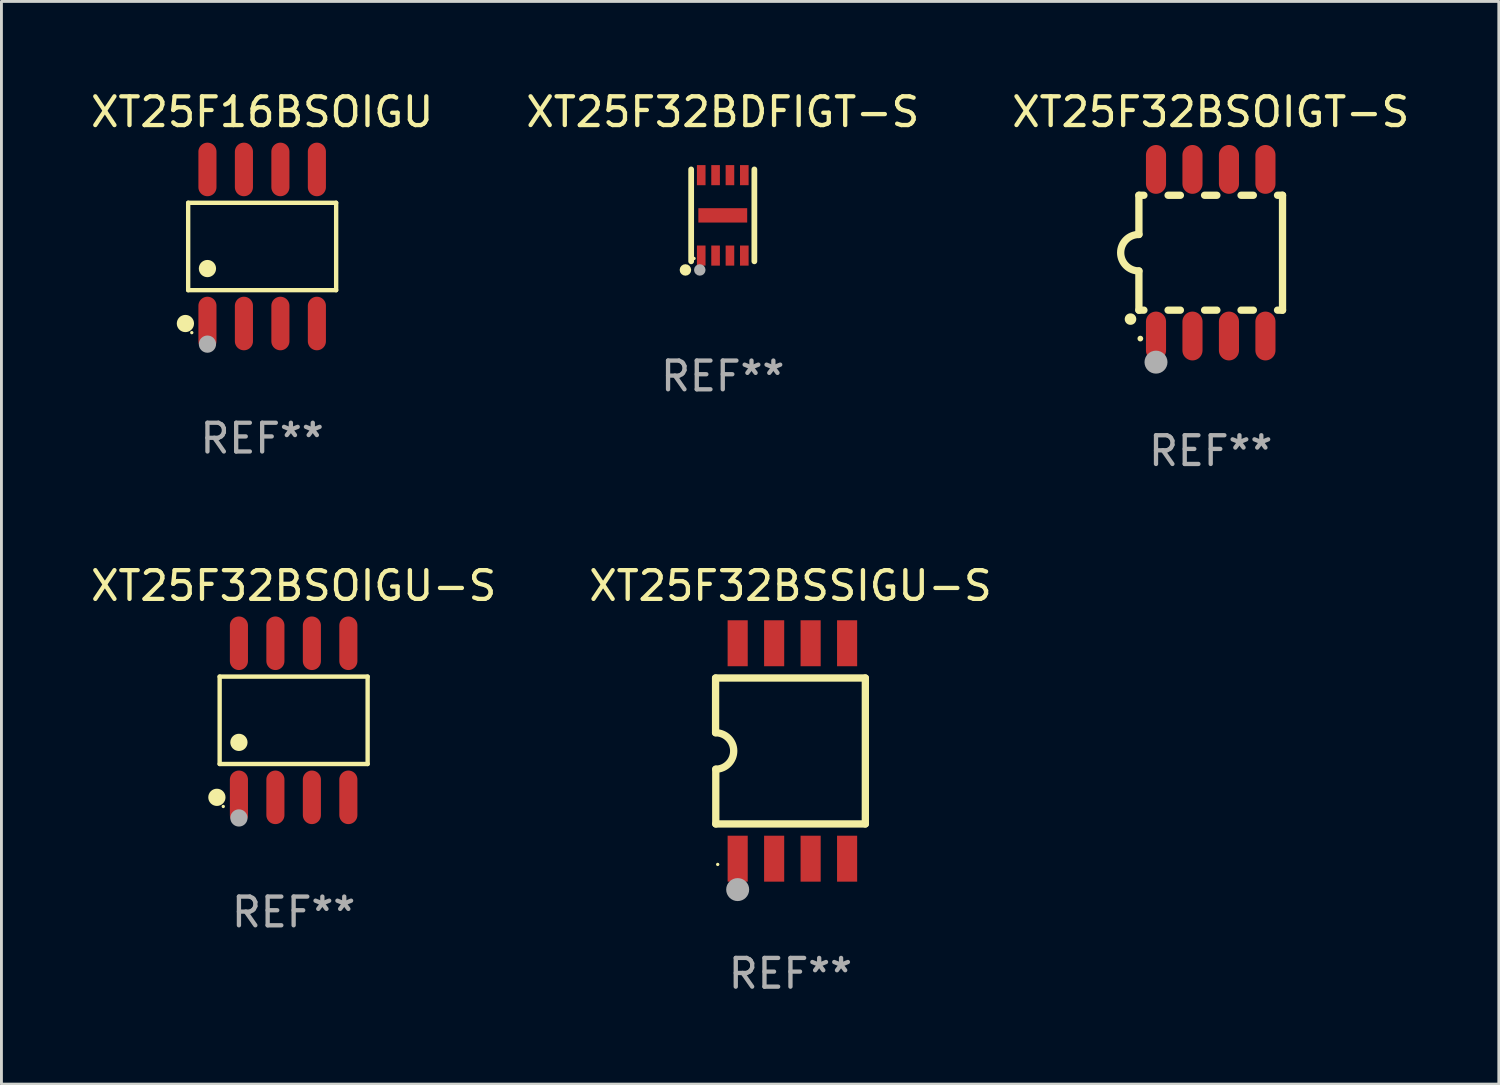
<source format=kicad_pcb>
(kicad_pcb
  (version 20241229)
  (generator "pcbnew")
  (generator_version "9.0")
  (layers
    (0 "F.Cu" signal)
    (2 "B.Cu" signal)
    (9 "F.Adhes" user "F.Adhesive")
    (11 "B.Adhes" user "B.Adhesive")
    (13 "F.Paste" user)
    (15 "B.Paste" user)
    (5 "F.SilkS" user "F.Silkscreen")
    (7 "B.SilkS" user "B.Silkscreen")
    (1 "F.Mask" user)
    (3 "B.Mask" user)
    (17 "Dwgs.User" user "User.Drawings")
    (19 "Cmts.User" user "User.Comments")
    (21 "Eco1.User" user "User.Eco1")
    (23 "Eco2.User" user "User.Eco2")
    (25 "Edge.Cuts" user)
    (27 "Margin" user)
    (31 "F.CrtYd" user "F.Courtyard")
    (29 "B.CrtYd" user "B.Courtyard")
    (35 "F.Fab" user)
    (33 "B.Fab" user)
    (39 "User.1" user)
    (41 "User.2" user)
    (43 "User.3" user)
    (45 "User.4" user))
  (footprint "XT25F32BSOIGU-S"
    (layer "F.Cu")
    (at 7.173 22.027)
    (property "Reference" "XT25F32BSOIGU-S" (at 0 -4.682 0) (layer "F.SilkS") (effects (font (size 1 1) (thickness 0.15))))
    (attr through_hole)
    (fp_line (start -2.576 -1.521) (end 2.576 -1.521) (stroke (width 0.152) (type solid)) (layer "F.SilkS"))
    (fp_line (start -2.576 1.521) (end -2.576 -1.521) (stroke (width 0.152) (type solid)) (layer "F.SilkS"))
    (fp_line (start 2.576 -1.521) (end 2.576 1.521) (stroke (width 0.152) (type solid)) (layer "F.SilkS"))
    (fp_line (start 2.576 1.521) (end -2.576 1.521) (stroke (width 0.152) (type solid)) (layer "F.SilkS"))
    (fp_circle (center -2.672 2.682) (end -2.522 2.682) (stroke (width 0.3) (type solid)) (fill no) (layer "F.SilkS"))
    (fp_circle (center -2.45 3) (end -2.42 3) (stroke (width 0.06) (type solid)) (fill no) (layer "F.SilkS"))
    (fp_circle (center -1.905 0.769) (end -1.755 0.769) (stroke (width 0.3) (type solid)) (fill no) (layer "F.SilkS"))
    (fp_circle (center -1.905 3.4) (end -1.755 3.4) (stroke (width 0.3) (type solid)) (fill no) (layer "F.Fab"))
    (fp_text user "REF**" (at 0 6.682 0) (layer "F.Fab") (effects (font (size 1 1) (thickness 0.15))))
    (pad "1" smd oval (at -1.905 2.682) (size 0.63 1.865) (layers "F.Cu" "F.Mask" "F.Paste"))
    (pad "2" smd oval (at -0.635 2.682) (size 0.63 1.865) (layers "F.Cu" "F.Mask" "F.Paste"))
    (pad "3" smd oval (at 0.635 2.682) (size 0.63 1.865) (layers "F.Cu" "F.Mask" "F.Paste"))
    (pad "4" smd oval (at 1.905 2.682) (size 0.63 1.865) (layers "F.Cu" "F.Mask" "F.Paste"))
    (pad "5" smd oval (at 1.905 -2.682) (size 0.63 1.865) (layers "F.Cu" "F.Mask" "F.Paste"))
    (pad "6" smd oval (at 0.635 -2.682) (size 0.63 1.865) (layers "F.Cu" "F.Mask" "F.Paste"))
    (pad "7" smd oval (at -0.635 -2.682) (size 0.63 1.865) (layers "F.Cu" "F.Mask" "F.Paste"))
    (pad "8" smd oval (at -1.905 -2.682) (size 0.63 1.865) (layers "F.Cu" "F.Mask" "F.Paste")))
  (footprint "XT25F32BSSIGU-S"
    (layer "F.Cu")
    (at 24.47 23.095)
    (property "Reference" "XT25F32BSSIGU-S" (at 0 -5.75 0) (layer "F.SilkS") (effects (font (size 1 1) (thickness 0.15))))
    (attr through_hole)
    (fp_line (start -2.607 -2.54) (end 2.607 -2.54) (stroke (width 0.254) (type solid)) (layer "F.SilkS"))
    (fp_line (start -2.607 -0.635) (end -2.607 -2.54) (stroke (width 0.254) (type solid)) (layer "F.SilkS"))
    (fp_line (start -2.6 2.54) (end -2.6 0.635) (stroke (width 0.254) (type solid)) (layer "F.SilkS"))
    (fp_line (start 2.607 -2.54) (end 2.607 2.54) (stroke (width 0.254) (type solid)) (layer "F.SilkS"))
    (fp_line (start 2.607 2.54) (end -2.6 2.54) (stroke (width 0.254) (type solid)) (layer "F.SilkS"))
    (fp_arc (start -2.60687 -0.63462) (mid -1.971293 -0.003135) (end -2.60014 0.635052) (stroke (width 0.254001) (type solid)) (layer "F.SilkS"))
    (fp_circle (center -2.533 3.95) (end -2.503 3.95) (stroke (width 0.06) (type solid)) (fill no) (layer "F.SilkS"))
    (fp_circle (center -1.838 4.826) (end -1.638 4.826) (stroke (width 0.4) (type solid)) (fill no) (layer "F.Fab"))
    (fp_text user "REF**" (at 0 7.75 0) (layer "F.Fab") (effects (font (size 1 1) (thickness 0.15))))
    (pad "1" smd rect (at -1.838 3.75) (size 0.7 1.6) (layers "F.Cu" "F.Mask" "F.Paste"))
    (pad "2" smd rect (at -0.568 3.75) (size 0.7 1.6) (layers "F.Cu" "F.Mask" "F.Paste"))
    (pad "3" smd rect (at 0.702 3.75) (size 0.7 1.6) (layers "F.Cu" "F.Mask" "F.Paste"))
    (pad "4" smd rect (at 1.972 3.75) (size 0.7 1.6) (layers "F.Cu" "F.Mask" "F.Paste"))
    (pad "5" smd rect (at 1.972 -3.75) (size 0.7 1.6) (layers "F.Cu" "F.Mask" "F.Paste"))
    (pad "6" smd rect (at 0.702 -3.75) (size 0.7 1.6) (layers "F.Cu" "F.Mask" "F.Paste"))
    (pad "7" smd rect (at -0.568 -3.75) (size 0.7 1.6) (layers "F.Cu" "F.Mask" "F.Paste"))
    (pad "8" smd rect (at -1.838 -3.75) (size 0.7 1.6) (layers "F.Cu" "F.Mask" "F.Paste")))
  (footprint "XT25F16BSOIGU"
    (layer "F.Cu")
    (at 6.077 5.531)
    (property "Reference" "XT25F16BSOIGU" (at 0 -4.682 0) (layer "F.SilkS") (effects (font (size 1 1) (thickness 0.15))))
    (attr through_hole)
    (fp_line (start -2.576 -1.521) (end 2.576 -1.521) (stroke (width 0.152) (type solid)) (layer "F.SilkS"))
    (fp_line (start -2.576 1.521) (end -2.576 -1.521) (stroke (width 0.152) (type solid)) (layer "F.SilkS"))
    (fp_line (start 2.576 -1.521) (end 2.576 1.521) (stroke (width 0.152) (type solid)) (layer "F.SilkS"))
    (fp_line (start 2.576 1.521) (end -2.576 1.521) (stroke (width 0.152) (type solid)) (layer "F.SilkS"))
    (fp_circle (center -2.672 2.682) (end -2.522 2.682) (stroke (width 0.3) (type solid)) (fill no) (layer "F.SilkS"))
    (fp_circle (center -2.45 3) (end -2.42 3) (stroke (width 0.06) (type solid)) (fill no) (layer "F.SilkS"))
    (fp_circle (center -1.905 0.769) (end -1.755 0.769) (stroke (width 0.3) (type solid)) (fill no) (layer "F.SilkS"))
    (fp_circle (center -1.905 3.4) (end -1.755 3.4) (stroke (width 0.3) (type solid)) (fill no) (layer "F.Fab"))
    (fp_text user "REF**" (at 0 6.682 0) (layer "F.Fab") (effects (font (size 1 1) (thickness 0.15))))
    (pad "1" smd oval (at -1.905 2.682) (size 0.63 1.865) (layers "F.Cu" "F.Mask" "F.Paste"))
    (pad "2" smd oval (at -0.635 2.682) (size 0.63 1.865) (layers "F.Cu" "F.Mask" "F.Paste"))
    (pad "3" smd oval (at 0.635 2.682) (size 0.63 1.865) (layers "F.Cu" "F.Mask" "F.Paste"))
    (pad "4" smd oval (at 1.905 2.682) (size 0.63 1.865) (layers "F.Cu" "F.Mask" "F.Paste"))
    (pad "5" smd oval (at 1.905 -2.682) (size 0.63 1.865) (layers "F.Cu" "F.Mask" "F.Paste"))
    (pad "6" smd oval (at 0.635 -2.682) (size 0.63 1.865) (layers "F.Cu" "F.Mask" "F.Paste"))
    (pad "7" smd oval (at -0.635 -2.682) (size 0.63 1.865) (layers "F.Cu" "F.Mask" "F.Paste"))
    (pad "8" smd oval (at -1.905 -2.682) (size 0.63 1.865) (layers "F.Cu" "F.Mask" "F.Paste")))
  (footprint "XT25F32BDFIGT-S"
    (layer "F.Cu")
    (at 22.113 4.448)
    (property "Reference" "XT25F32BDFIGT-S" (at 0 -3.6 0) (layer "F.SilkS") (effects (font (size 1 1) (thickness 0.15))))
    (attr through_hole)
    (fp_line (start -1.1 1.6) (end -1.1 -1.6) (stroke (width 0.2) (type solid)) (layer "F.SilkS"))
    (fp_line (start 1.1 1.6) (end 1.1 -1.6) (stroke (width 0.2) (type solid)) (layer "F.SilkS"))
    (fp_circle (center -1.3 1.9) (end -1.2 1.9) (stroke (width 0.2) (type solid)) (fill no) (layer "F.SilkS"))
    (fp_circle (center -1 1.5) (end -0.97 1.5) (stroke (width 0.06) (type solid)) (fill no) (layer "F.SilkS"))
    (fp_circle (center -0.8 1.9) (end -0.7 1.9) (stroke (width 0.2) (type solid)) (fill no) (layer "F.Fab"))
    (fp_text user "REF**" (at 0 5.6 0) (layer "F.Fab") (effects (font (size 1 1) (thickness 0.15))))
    (pad "1" smd rect (at -0.75 1.4 90) (size 0.7 0.3) (layers "F.Cu" "F.Mask" "F.Paste"))
    (pad "2" smd rect (at -0.25 1.4 90) (size 0.7 0.3) (layers "F.Cu" "F.Mask" "F.Paste"))
    (pad "3" smd rect (at 0.25 1.4 90) (size 0.7 0.3) (layers "F.Cu" "F.Mask" "F.Paste"))
    (pad "4" smd rect (at 0.75 1.4 90) (size 0.7 0.3) (layers "F.Cu" "F.Mask" "F.Paste"))
    (pad "5" smd rect (at 0.75 -1.4 90) (size 0.7 0.3) (layers "F.Cu" "F.Mask" "F.Paste"))
    (pad "6" smd rect (at 0.25 -1.4 90) (size 0.7 0.3) (layers "F.Cu" "F.Mask" "F.Paste"))
    (pad "7" smd rect (at -0.25 -1.4 90) (size 0.7 0.3) (layers "F.Cu" "F.Mask" "F.Paste"))
    (pad "8" smd rect (at -0.75 -1.4 90) (size 0.7 0.3) (layers "F.Cu" "F.Mask" "F.Paste"))
    (pad "9" smd rect (at 0.000127 0) (size 1.7 0.5) (layers "F.Cu" "F.Mask" "F.Paste")))
  (footprint "XT25F32BSOIGT-S"
    (layer "F.Cu")
    (at 39.101 5.748)
    (property "Reference" "XT25F32BSOIGT-S" (at 0 -4.9 0) (layer "F.SilkS") (effects (font (size 1 1) (thickness 0.15))))
    (attr through_hole)
    (fp_line (start -2.5 -2) (end -2.5 -0.635) (stroke (width 0.254) (type solid)) (layer "F.SilkS"))
    (fp_line (start -2.5 -2) (end -2.326 -2) (stroke (width 0.254) (type solid)) (layer "F.SilkS"))
    (fp_line (start -2.5 2) (end -2.5 0.635) (stroke (width 0.254) (type solid)) (layer "F.SilkS"))
    (fp_line (start -2.5 2) (end -2.326 2) (stroke (width 0.254) (type solid)) (layer "F.SilkS"))
    (fp_line (start -1.484 -2) (end -1.056 -2) (stroke (width 0.254) (type solid)) (layer "F.SilkS"))
    (fp_line (start -1.484 2) (end -1.056 2) (stroke (width 0.254) (type solid)) (layer "F.SilkS"))
    (fp_line (start -0.214 -2) (end 0.214 -2) (stroke (width 0.254) (type solid)) (layer "F.SilkS"))
    (fp_line (start -0.214 2) (end 0.214 2) (stroke (width 0.254) (type solid)) (layer "F.SilkS"))
    (fp_line (start 1.056 -2) (end 1.484 -2) (stroke (width 0.254) (type solid)) (layer "F.SilkS"))
    (fp_line (start 1.056 2) (end 1.484 2) (stroke (width 0.254) (type solid)) (layer "F.SilkS"))
    (fp_line (start 2.326 -2) (end 2.5 -2) (stroke (width 0.254) (type solid)) (layer "F.SilkS"))
    (fp_line (start 2.326 2) (end 2.5 2) (stroke (width 0.254) (type solid)) (layer "F.SilkS"))
    (fp_line (start 2.5 -2) (end 2.5 2) (stroke (width 0.254) (type solid)) (layer "F.SilkS"))
    (fp_arc (start -2.794006 2.311405) (mid -2.792736 2.311401) (end -2.791466 2.311405) (stroke (width 0.4) (type solid)) (layer "F.SilkS"))
    (fp_arc (start -2.5 0.635001) (mid -3.134366 -0.000318) (end -2.499365 -0.635001) (stroke (width 0.254001) (type solid)) (layer "F.SilkS"))
    (fp_circle (center -2.45 2.99) (end -2.4 2.99) (stroke (width 0.1) (type solid)) (fill no) (layer "F.SilkS"))
    (fp_circle (center -1.905 3.81) (end -1.705 3.81) (stroke (width 0.4) (type solid)) (fill no) (layer "F.Fab"))
    (fp_text user "REF**" (at 0 6.9 0) (layer "F.Fab") (effects (font (size 1 1) (thickness 0.15))))
    (pad "1" smd oval (at -1.905 2.9 180) (size 0.7 1.7) (layers "F.Cu" "F.Mask" "F.Paste"))
    (pad "2" smd oval (at -0.635 2.9 180) (size 0.7 1.7) (layers "F.Cu" "F.Mask" "F.Paste"))
    (pad "3" smd oval (at 0.635 2.9 180) (size 0.7 1.7) (layers "F.Cu" "F.Mask" "F.Paste"))
    (pad "4" smd oval (at 1.905 2.9 180) (size 0.7 1.7) (layers "F.Cu" "F.Mask" "F.Paste"))
    (pad "5" smd oval (at 1.905 -2.9 180) (size 0.7 1.7) (layers "F.Cu" "F.Mask" "F.Paste"))
    (pad "6" smd oval (at 0.635 -2.9 180) (size 0.7 1.7) (layers "F.Cu" "F.Mask" "F.Paste"))
    (pad "7" smd oval (at -0.635 -2.9 180) (size 0.7 1.7) (layers "F.Cu" "F.Mask" "F.Paste"))
    (pad "8" smd oval (at -1.905 -2.9 180) (size 0.7 1.7) (layers "F.Cu" "F.Mask" "F.Paste")))
  (gr_rect
    (start -3 -3)
    (end 49.131 34.693)
    (stroke (width 0.1) (type default))
    (fill no)
    (layer "Edge.Cuts")))
</source>
